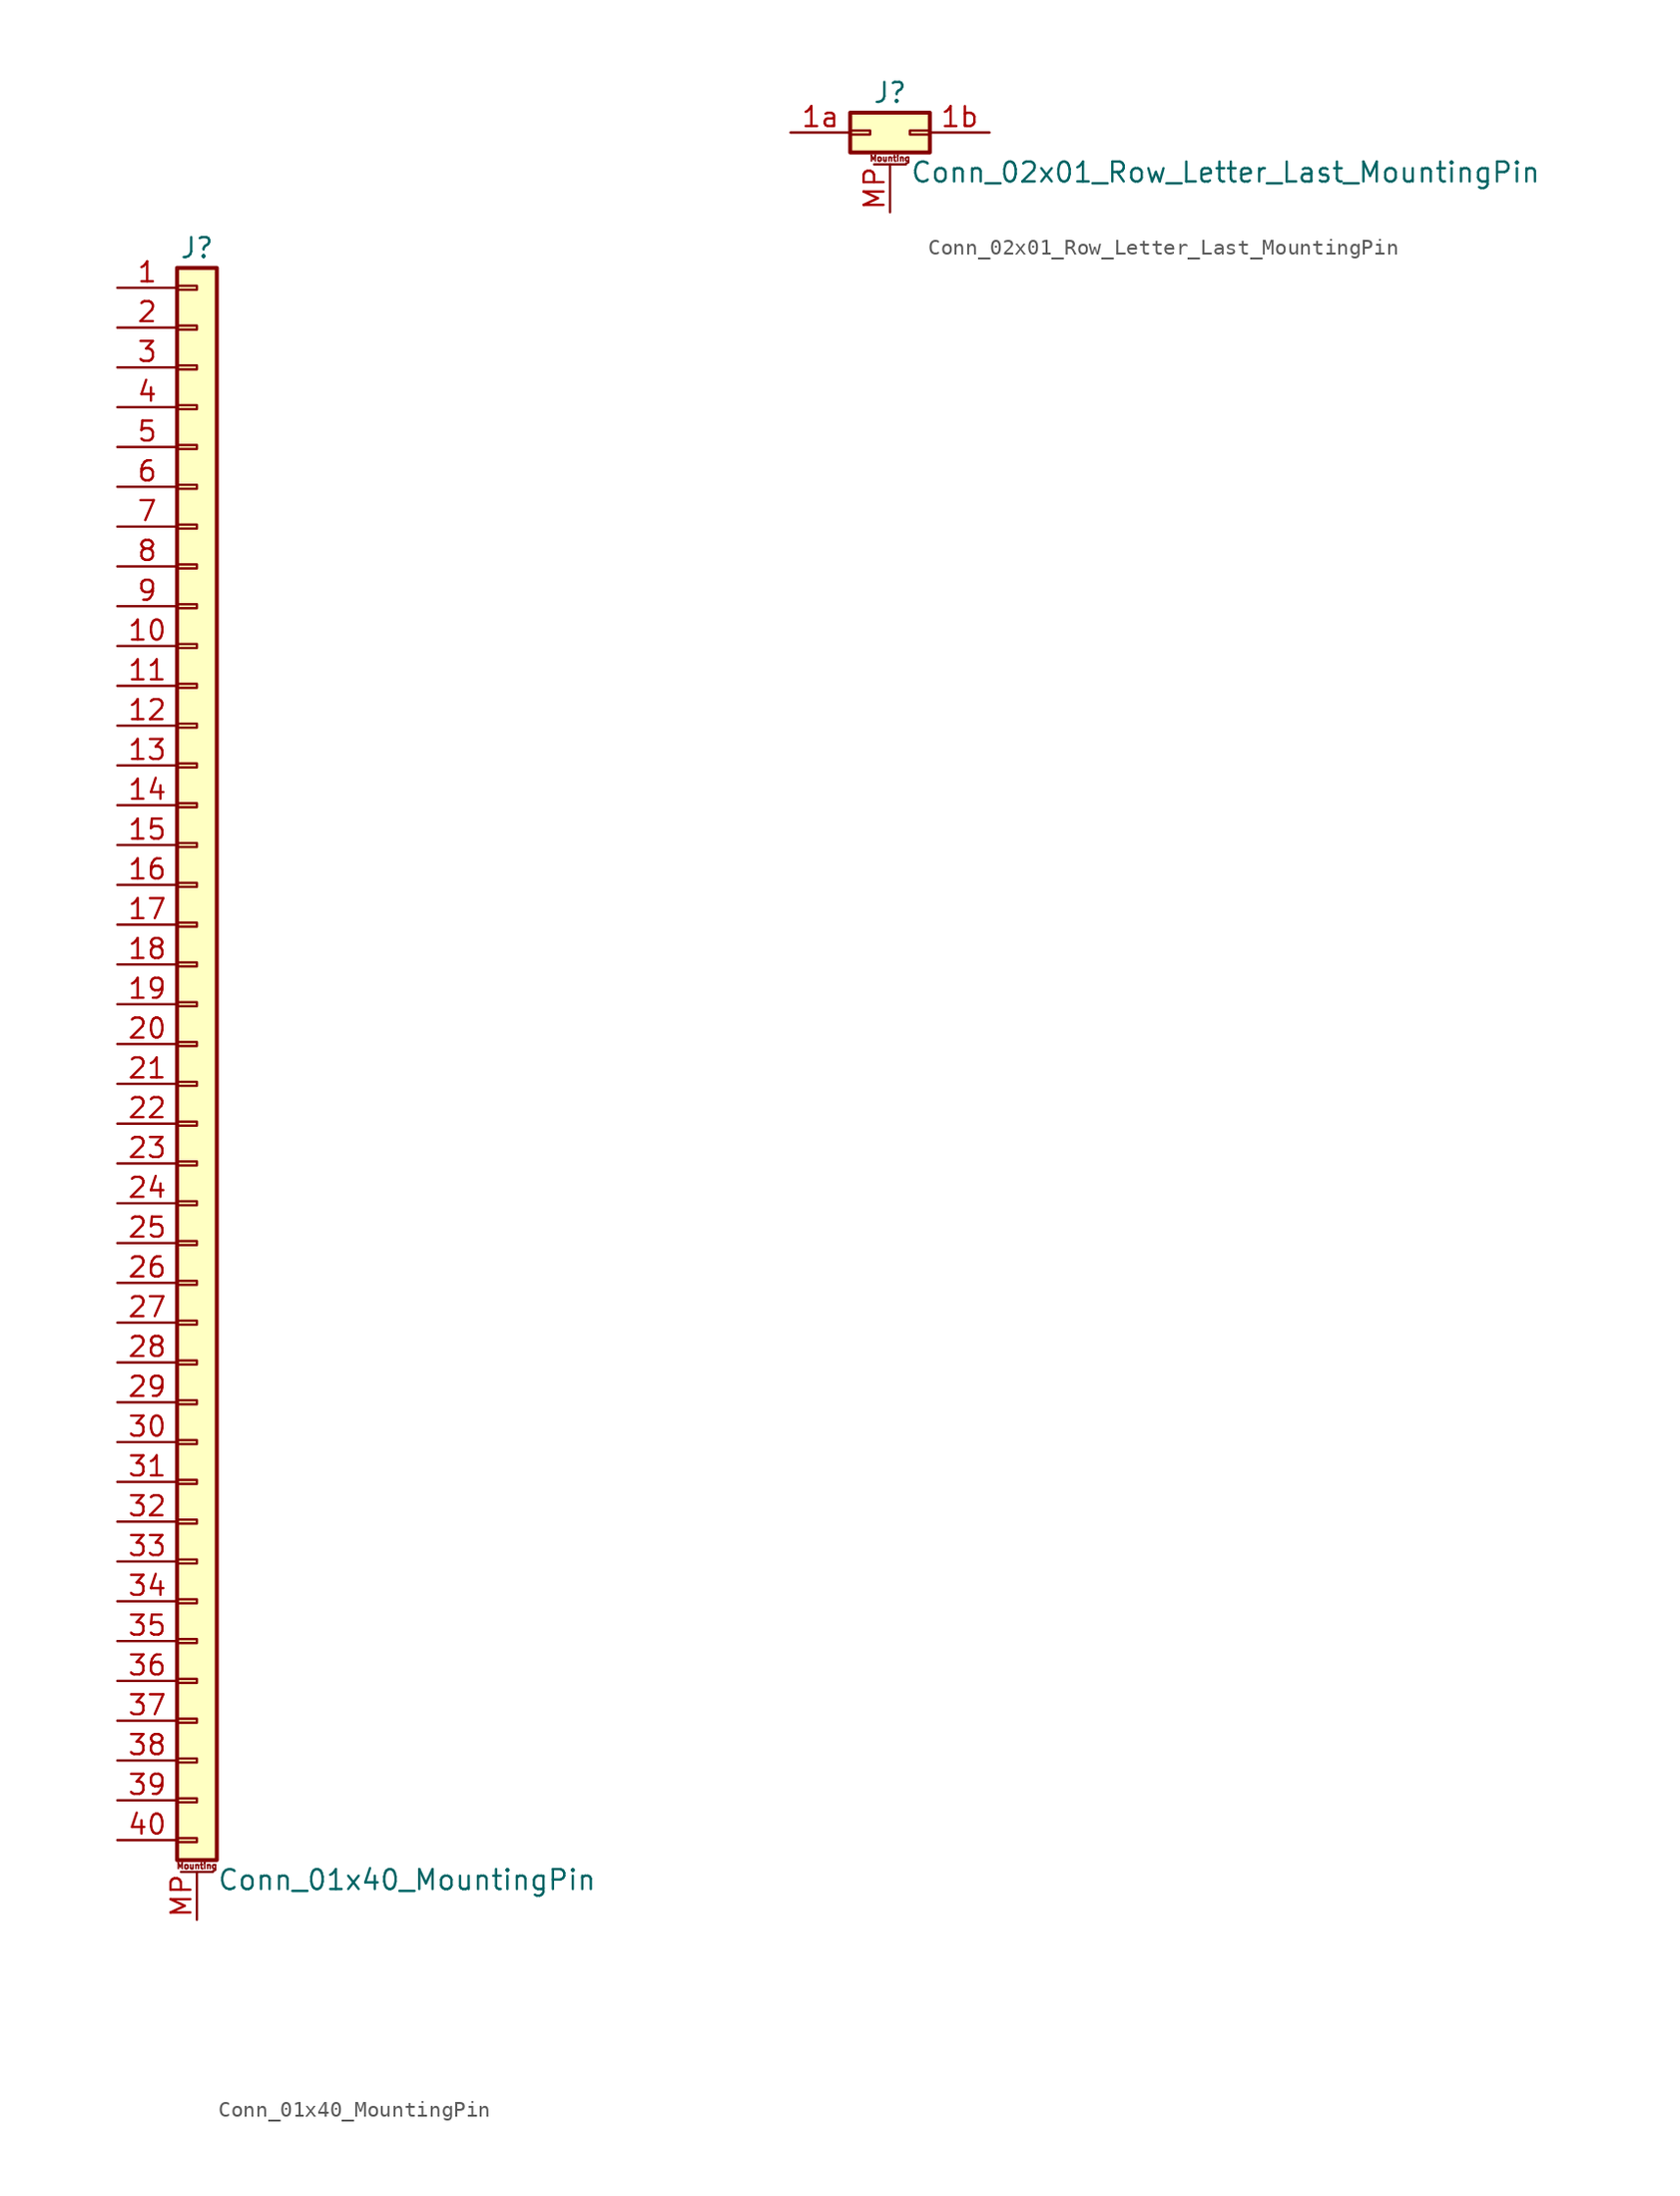
<source format=kicad_sym>
(kicad_symbol_lib
  (version 20201005)
  (generator kicad_symbol_editor)
  (symbol "Conn_01x40_MountingPin"
    (pin_names
      (offset 1.016) hide)
    (property "Reference" "J"
      (at 0 50.8 0)
      (effects (font (size 1.27 1.27))))
    (property "Value" "Conn_01x40_MountingPin"
      (at 1.27 -53.34 0)
      (effects (font (size 1.27 1.27)) (justify left)))
    (symbol "Conn_01x40_MountingPin_1_1"
      (text "Mounting" (at 0 -52.451 0) (effects (font (size 0.381 0.381))))
      (rectangle (start -1.27 -50.673) (end 0 -50.927) (stroke (width 0.152)) (fill (type none)))
      (rectangle (start -1.27 -48.133) (end 0 -48.387) (stroke (width 0.152)) (fill (type none)))
      (rectangle (start -1.27 -45.593) (end 0 -45.847) (stroke (width 0.152)) (fill (type none)))
      (rectangle (start -1.27 -43.053) (end 0 -43.307) (stroke (width 0.152)) (fill (type none)))
      (rectangle (start -1.27 -40.513) (end 0 -40.767) (stroke (width 0.152)) (fill (type none)))
      (rectangle (start -1.27 -37.973) (end 0 -38.227) (stroke (width 0.152)) (fill (type none)))
      (rectangle (start -1.27 -35.433) (end 0 -35.687) (stroke (width 0.152)) (fill (type none)))
      (rectangle (start -1.27 -32.893) (end 0 -33.147) (stroke (width 0.152)) (fill (type none)))
      (rectangle (start -1.27 -30.353) (end 0 -30.607) (stroke (width 0.152)) (fill (type none)))
      (rectangle (start -1.27 -27.813) (end 0 -28.067) (stroke (width 0.152)) (fill (type none)))
      (rectangle (start -1.27 -25.273) (end 0 -25.527) (stroke (width 0.152)) (fill (type none)))
      (rectangle (start -1.27 -22.733) (end 0 -22.987) (stroke (width 0.152)) (fill (type none)))
      (rectangle (start -1.27 -20.193) (end 0 -20.447) (stroke (width 0.152)) (fill (type none)))
      (rectangle (start -1.27 -17.653) (end 0 -17.907) (stroke (width 0.152)) (fill (type none)))
      (rectangle (start -1.27 -15.113) (end 0 -15.367) (stroke (width 0.152)) (fill (type none)))
      (rectangle (start -1.27 -12.573) (end 0 -12.827) (stroke (width 0.152)) (fill (type none)))
      (rectangle (start -1.27 -10.033) (end 0 -10.287) (stroke (width 0.152)) (fill (type none)))
      (rectangle (start -1.27 -7.493) (end 0 -7.747) (stroke (width 0.152)) (fill (type none)))
      (rectangle (start -1.27 -4.953) (end 0 -5.207) (stroke (width 0.152)) (fill (type none)))
      (rectangle (start -1.27 -2.413) (end 0 -2.667) (stroke (width 0.152)) (fill (type none)))
      (rectangle (start -1.27 0.127) (end 0 -0.127) (stroke (width 0.152)) (fill (type none)))
      (rectangle (start -1.27 2.667) (end 0 2.413) (stroke (width 0.152)) (fill (type none)))
      (rectangle (start -1.27 5.207) (end 0 4.953) (stroke (width 0.152)) (fill (type none)))
      (rectangle (start -1.27 7.747) (end 0 7.493) (stroke (width 0.152)) (fill (type none)))
      (rectangle (start -1.27 10.287) (end 0 10.033) (stroke (width 0.152)) (fill (type none)))
      (rectangle (start -1.27 12.827) (end 0 12.573) (stroke (width 0.152)) (fill (type none)))
      (rectangle (start -1.27 15.367) (end 0 15.113) (stroke (width 0.152)) (fill (type none)))
      (rectangle (start -1.27 17.907) (end 0 17.653) (stroke (width 0.152)) (fill (type none)))
      (rectangle (start -1.27 20.447) (end 0 20.193) (stroke (width 0.152)) (fill (type none)))
      (rectangle (start -1.27 22.987) (end 0 22.733) (stroke (width 0.152)) (fill (type none)))
      (rectangle (start -1.27 25.527) (end 0 25.273) (stroke (width 0.152)) (fill (type none)))
      (rectangle (start -1.27 28.067) (end 0 27.813) (stroke (width 0.152)) (fill (type none)))
      (rectangle (start -1.27 30.607) (end 0 30.353) (stroke (width 0.152)) (fill (type none)))
      (rectangle (start -1.27 33.147) (end 0 32.893) (stroke (width 0.152)) (fill (type none)))
      (rectangle (start -1.27 35.687) (end 0 35.433) (stroke (width 0.152)) (fill (type none)))
      (rectangle (start -1.27 38.227) (end 0 37.973) (stroke (width 0.152)) (fill (type none)))
      (rectangle (start -1.27 40.767) (end 0 40.513) (stroke (width 0.152)) (fill (type none)))
      (rectangle (start -1.27 43.307) (end 0 43.053) (stroke (width 0.152)) (fill (type none)))
      (rectangle (start -1.27 45.847) (end 0 45.593) (stroke (width 0.152)) (fill (type none)))
      (rectangle (start -1.27 48.387) (end 0 48.133) (stroke (width 0.152)) (fill (type none)))
      (rectangle (start -1.27 49.53) (end 1.27 -52.07) (stroke (width 0.254)) (fill (type background)))
      (polyline (pts (xy -1.016 -52.832) (xy 1.016 -52.832)) (stroke (width 0.152)) (fill (type none)))
      (pin passive line (at -5.08 48.26 0) (length 3.81) (name "Pin_1" (effects (font (size 1.27 1.27)))) (number "1" (effects (font (size 1.27 1.27)))))
      (pin passive line (at -5.08 25.4 0) (length 3.81) (name "Pin_10" (effects (font (size 1.27 1.27)))) (number "10" (effects (font (size 1.27 1.27)))))
      (pin passive line (at -5.08 22.86 0) (length 3.81) (name "Pin_11" (effects (font (size 1.27 1.27)))) (number "11" (effects (font (size 1.27 1.27)))))
      (pin passive line (at -5.08 20.32 0) (length 3.81) (name "Pin_12" (effects (font (size 1.27 1.27)))) (number "12" (effects (font (size 1.27 1.27)))))
      (pin passive line (at -5.08 17.78 0) (length 3.81) (name "Pin_13" (effects (font (size 1.27 1.27)))) (number "13" (effects (font (size 1.27 1.27)))))
      (pin passive line (at -5.08 15.24 0) (length 3.81) (name "Pin_14" (effects (font (size 1.27 1.27)))) (number "14" (effects (font (size 1.27 1.27)))))
      (pin passive line (at -5.08 12.7 0) (length 3.81) (name "Pin_15" (effects (font (size 1.27 1.27)))) (number "15" (effects (font (size 1.27 1.27)))))
      (pin passive line (at -5.08 10.16 0) (length 3.81) (name "Pin_16" (effects (font (size 1.27 1.27)))) (number "16" (effects (font (size 1.27 1.27)))))
      (pin passive line (at -5.08 7.62 0) (length 3.81) (name "Pin_17" (effects (font (size 1.27 1.27)))) (number "17" (effects (font (size 1.27 1.27)))))
      (pin passive line (at -5.08 5.08 0) (length 3.81) (name "Pin_18" (effects (font (size 1.27 1.27)))) (number "18" (effects (font (size 1.27 1.27)))))
      (pin passive line (at -5.08 2.54 0) (length 3.81) (name "Pin_19" (effects (font (size 1.27 1.27)))) (number "19" (effects (font (size 1.27 1.27)))))
      (pin passive line (at -5.08 45.72 0) (length 3.81) (name "Pin_2" (effects (font (size 1.27 1.27)))) (number "2" (effects (font (size 1.27 1.27)))))
      (pin passive line (at -5.08 0 0) (length 3.81) (name "Pin_20" (effects (font (size 1.27 1.27)))) (number "20" (effects (font (size 1.27 1.27)))))
      (pin passive line (at -5.08 -2.54 0) (length 3.81) (name "Pin_21" (effects (font (size 1.27 1.27)))) (number "21" (effects (font (size 1.27 1.27)))))
      (pin passive line (at -5.08 -5.08 0) (length 3.81) (name "Pin_22" (effects (font (size 1.27 1.27)))) (number "22" (effects (font (size 1.27 1.27)))))
      (pin passive line (at -5.08 -7.62 0) (length 3.81) (name "Pin_23" (effects (font (size 1.27 1.27)))) (number "23" (effects (font (size 1.27 1.27)))))
      (pin passive line (at -5.08 -10.16 0) (length 3.81) (name "Pin_24" (effects (font (size 1.27 1.27)))) (number "24" (effects (font (size 1.27 1.27)))))
      (pin passive line (at -5.08 -12.7 0) (length 3.81) (name "Pin_25" (effects (font (size 1.27 1.27)))) (number "25" (effects (font (size 1.27 1.27)))))
      (pin passive line (at -5.08 -15.24 0) (length 3.81) (name "Pin_26" (effects (font (size 1.27 1.27)))) (number "26" (effects (font (size 1.27 1.27)))))
      (pin passive line (at -5.08 -17.78 0) (length 3.81) (name "Pin_27" (effects (font (size 1.27 1.27)))) (number "27" (effects (font (size 1.27 1.27)))))
      (pin passive line (at -5.08 -20.32 0) (length 3.81) (name "Pin_28" (effects (font (size 1.27 1.27)))) (number "28" (effects (font (size 1.27 1.27)))))
      (pin passive line (at -5.08 -22.86 0) (length 3.81) (name "Pin_29" (effects (font (size 1.27 1.27)))) (number "29" (effects (font (size 1.27 1.27)))))
      (pin passive line (at -5.08 43.18 0) (length 3.81) (name "Pin_3" (effects (font (size 1.27 1.27)))) (number "3" (effects (font (size 1.27 1.27)))))
      (pin passive line (at -5.08 -25.4 0) (length 3.81) (name "Pin_30" (effects (font (size 1.27 1.27)))) (number "30" (effects (font (size 1.27 1.27)))))
      (pin passive line (at -5.08 -27.94 0) (length 3.81) (name "Pin_31" (effects (font (size 1.27 1.27)))) (number "31" (effects (font (size 1.27 1.27)))))
      (pin passive line (at -5.08 -30.48 0) (length 3.81) (name "Pin_32" (effects (font (size 1.27 1.27)))) (number "32" (effects (font (size 1.27 1.27)))))
      (pin passive line (at -5.08 -33.02 0) (length 3.81) (name "Pin_33" (effects (font (size 1.27 1.27)))) (number "33" (effects (font (size 1.27 1.27)))))
      (pin passive line (at -5.08 -35.56 0) (length 3.81) (name "Pin_34" (effects (font (size 1.27 1.27)))) (number "34" (effects (font (size 1.27 1.27)))))
      (pin passive line (at -5.08 -38.1 0) (length 3.81) (name "Pin_35" (effects (font (size 1.27 1.27)))) (number "35" (effects (font (size 1.27 1.27)))))
      (pin passive line (at -5.08 -40.64 0) (length 3.81) (name "Pin_36" (effects (font (size 1.27 1.27)))) (number "36" (effects (font (size 1.27 1.27)))))
      (pin passive line (at -5.08 -43.18 0) (length 3.81) (name "Pin_37" (effects (font (size 1.27 1.27)))) (number "37" (effects (font (size 1.27 1.27)))))
      (pin passive line (at -5.08 -45.72 0) (length 3.81) (name "Pin_38" (effects (font (size 1.27 1.27)))) (number "38" (effects (font (size 1.27 1.27)))))
      (pin passive line (at -5.08 -48.26 0) (length 3.81) (name "Pin_39" (effects (font (size 1.27 1.27)))) (number "39" (effects (font (size 1.27 1.27)))))
      (pin passive line (at -5.08 40.64 0) (length 3.81) (name "Pin_4" (effects (font (size 1.27 1.27)))) (number "4" (effects (font (size 1.27 1.27)))))
      (pin passive line (at -5.08 -50.8 0) (length 3.81) (name "Pin_40" (effects (font (size 1.27 1.27)))) (number "40" (effects (font (size 1.27 1.27)))))
      (pin passive line (at -5.08 38.1 0) (length 3.81) (name "Pin_5" (effects (font (size 1.27 1.27)))) (number "5" (effects (font (size 1.27 1.27)))))
      (pin passive line (at -5.08 35.56 0) (length 3.81) (name "Pin_6" (effects (font (size 1.27 1.27)))) (number "6" (effects (font (size 1.27 1.27)))))
      (pin passive line (at -5.08 33.02 0) (length 3.81) (name "Pin_7" (effects (font (size 1.27 1.27)))) (number "7" (effects (font (size 1.27 1.27)))))
      (pin passive line (at -5.08 30.48 0) (length 3.81) (name "Pin_8" (effects (font (size 1.27 1.27)))) (number "8" (effects (font (size 1.27 1.27)))))
      (pin passive line (at -5.08 27.94 0) (length 3.81) (name "Pin_9" (effects (font (size 1.27 1.27)))) (number "9" (effects (font (size 1.27 1.27)))))
      (pin passive line (at 0 -55.88 90) (length 3.048) (name "MountPin" (effects (font (size 1.27 1.27)))) (number "MP" (effects (font (size 1.27 1.27)))))))
  (symbol "Conn_02x01_Row_Letter_Last_MountingPin"
    (pin_names
      (offset 1.016) hide)
    (property "Reference" "J"
      (at 1.27 2.54 0)
      (effects (font (size 1.27 1.27))))
    (property "Value" "Conn_02x01_Row_Letter_Last_MountingPin"
      (at 2.54 -2.54 0)
      (effects (font (size 1.27 1.27)) (justify left)))
    (symbol "Conn_02x01_Row_Letter_Last_MountingPin_1_1"
      (text "Mounting" (at 1.27 -1.651 0) (effects (font (size 0.381 0.381))))
      (rectangle (start -1.27 0.127) (end 0 -0.127) (stroke (width 0.152)) (fill (type none)))
      (rectangle (start -1.27 1.27) (end 3.81 -1.27) (stroke (width 0.254)) (fill (type background)))
      (rectangle (start 3.81 0.127) (end 2.54 -0.127) (stroke (width 0.152)) (fill (type none)))
      (polyline (pts (xy 0.254 -2.032) (xy 2.286 -2.032)) (stroke (width 0.152)) (fill (type none)))
      (pin passive line (at -5.08 0 0) (length 3.81) (name "Pin_1a" (effects (font (size 1.27 1.27)))) (number "1a" (effects (font (size 1.27 1.27)))))
      (pin passive line (at 7.62 0 180) (length 3.81) (name "Pin_1b" (effects (font (size 1.27 1.27)))) (number "1b" (effects (font (size 1.27 1.27)))))
      (pin passive line (at 1.27 -5.08 90) (length 3.048) (name "MountPin" (effects (font (size 1.27 1.27)))) (number "MP" (effects (font (size 1.27 1.27))))))))
</source>
